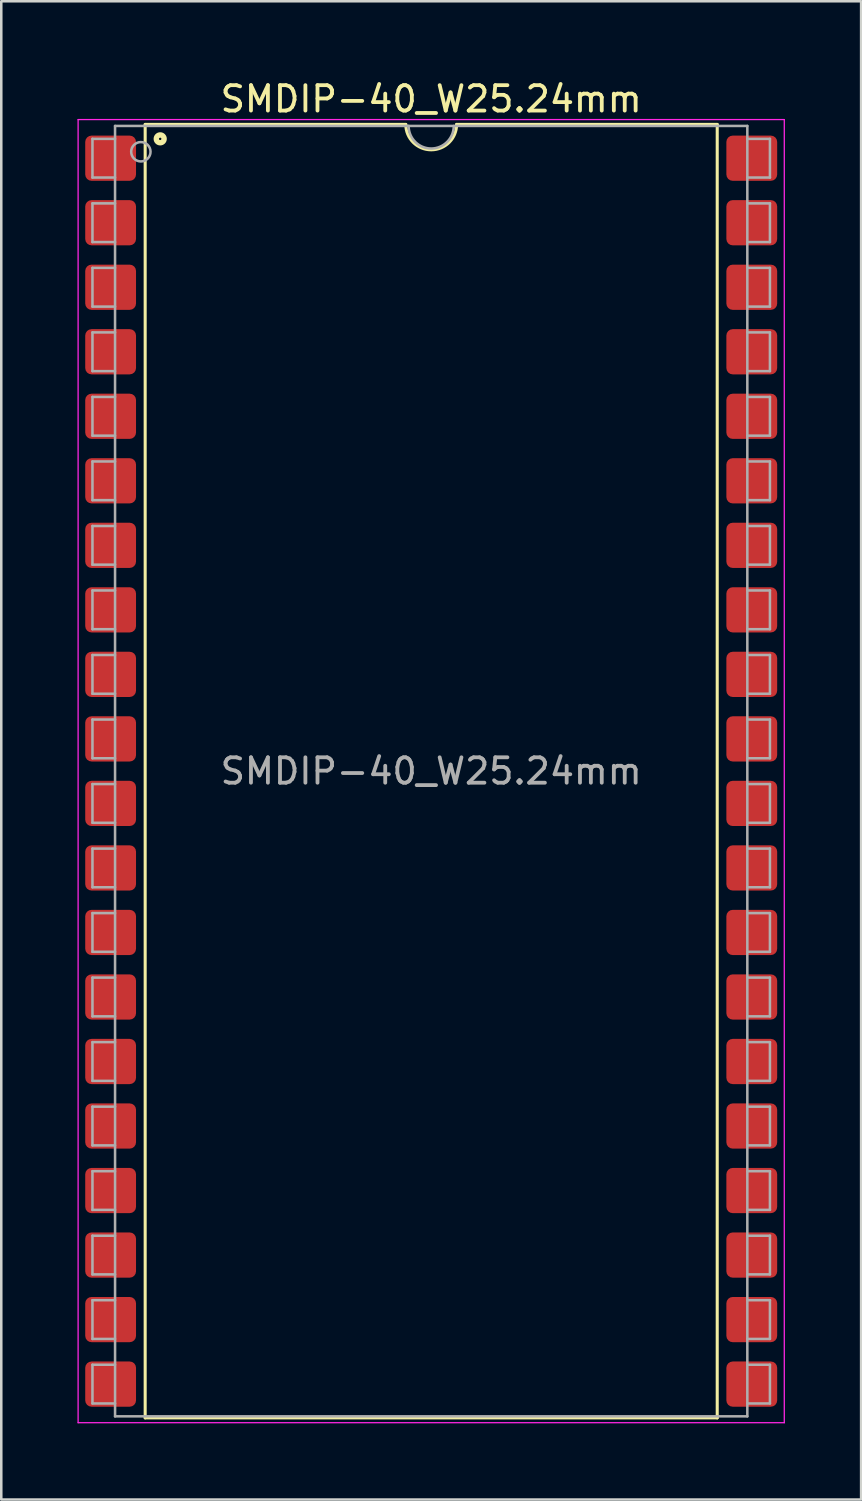
<source format=kicad_pcb>
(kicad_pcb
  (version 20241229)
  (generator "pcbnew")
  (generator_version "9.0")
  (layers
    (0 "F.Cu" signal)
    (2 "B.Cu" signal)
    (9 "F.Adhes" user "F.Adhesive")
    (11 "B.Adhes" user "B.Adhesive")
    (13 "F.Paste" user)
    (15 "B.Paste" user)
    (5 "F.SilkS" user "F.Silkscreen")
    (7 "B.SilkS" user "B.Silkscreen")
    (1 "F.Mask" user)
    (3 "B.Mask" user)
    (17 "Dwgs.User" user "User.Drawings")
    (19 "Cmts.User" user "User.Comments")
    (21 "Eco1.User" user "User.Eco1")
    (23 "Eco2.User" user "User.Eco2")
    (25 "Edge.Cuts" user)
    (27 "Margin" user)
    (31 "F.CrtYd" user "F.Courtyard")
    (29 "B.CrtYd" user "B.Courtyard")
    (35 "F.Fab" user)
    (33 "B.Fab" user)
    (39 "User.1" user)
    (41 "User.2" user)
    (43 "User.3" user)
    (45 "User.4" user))
  (footprint "SMDIP-40_W25.24mm"
    (layer "F.Cu")
    (at 13.925 27.308)
    (property "Reference" "SMDIP-40_W25.24mm" (at 0 -26.46 0) (layer "F.SilkS") (effects (font (size 1 1) (thickness 0.15))))
    (attr smd)
    (fp_line (start -11.26 -25.46) (end -11.26 25.46) (stroke (width 0.12) (type solid)) (layer "F.SilkS"))
    (fp_line (start -11.26 25.46) (end 11.26 25.46) (stroke (width 0.12) (type solid)) (layer "F.SilkS"))
    (fp_line (start -1 -25.46) (end -11.26 -25.46) (stroke (width 0.12) (type solid)) (layer "F.SilkS"))
    (fp_line (start 11.26 -25.46) (end 1 -25.46) (stroke (width 0.12) (type solid)) (layer "F.SilkS"))
    (fp_line (start 11.26 25.46) (end 11.26 -25.46) (stroke (width 0.12) (type solid)) (layer "F.SilkS"))
    (fp_arc (start 1 -25.46) (mid 0 -24.46) (end -1 -25.46) (stroke (width 0.12) (type solid)) (layer "F.SilkS"))
    (fp_circle (center -10.668 -24.892) (end -10.618 -24.892) (stroke (width 0.12) (type solid)) (fill no) (layer "F.SilkS"))
    (fp_circle (center -10.668 -24.892) (end -10.543 -24.892) (stroke (width 0.12) (type solid)) (fill no) (layer "F.SilkS"))
    (fp_circle (center -10.668 -24.892) (end -10.468 -24.892) (stroke (width 0.12) (type solid)) (fill no) (layer "F.SilkS"))
    (fp_line (start -13.9 -25.65) (end -13.9 25.65) (stroke (width 0.05) (type solid)) (layer "F.CrtYd"))
    (fp_line (start -13.9 25.65) (end 13.9 25.65) (stroke (width 0.05) (type solid)) (layer "F.CrtYd"))
    (fp_line (start 13.9 -25.65) (end -13.9 -25.65) (stroke (width 0.05) (type solid)) (layer "F.CrtYd"))
    (fp_line (start 13.9 25.65) (end 13.9 -25.65) (stroke (width 0.05) (type solid)) (layer "F.CrtYd"))
    (fp_line (start -13.335 -24.892) (end -13.335 -23.368) (stroke (width 0.1) (type solid)) (layer "F.Fab"))
    (fp_line (start -13.335 -24.892) (end -12.446 -24.892) (stroke (width 0.1) (type solid)) (layer "F.Fab"))
    (fp_line (start -13.335 -23.368) (end -12.446 -23.368) (stroke (width 0.1) (type solid)) (layer "F.Fab"))
    (fp_line (start -13.335 -22.352) (end -13.335 -20.828) (stroke (width 0.1) (type solid)) (layer "F.Fab"))
    (fp_line (start -13.335 -22.352) (end -12.446 -22.352) (stroke (width 0.1) (type solid)) (layer "F.Fab"))
    (fp_line (start -13.335 -20.828) (end -12.446 -20.828) (stroke (width 0.1) (type solid)) (layer "F.Fab"))
    (fp_line (start -13.335 -19.812) (end -13.335 -18.288) (stroke (width 0.1) (type solid)) (layer "F.Fab"))
    (fp_line (start -13.335 -19.812) (end -12.446 -19.812) (stroke (width 0.1) (type solid)) (layer "F.Fab"))
    (fp_line (start -13.335 -18.288) (end -12.446 -18.288) (stroke (width 0.1) (type solid)) (layer "F.Fab"))
    (fp_line (start -13.335 -17.272) (end -13.335 -15.748) (stroke (width 0.1) (type solid)) (layer "F.Fab"))
    (fp_line (start -13.335 -17.272) (end -12.446 -17.272) (stroke (width 0.1) (type solid)) (layer "F.Fab"))
    (fp_line (start -13.335 -15.748) (end -12.446 -15.748) (stroke (width 0.1) (type solid)) (layer "F.Fab"))
    (fp_line (start -13.335 -14.732) (end -13.335 -13.208) (stroke (width 0.1) (type solid)) (layer "F.Fab"))
    (fp_line (start -13.335 -14.732) (end -12.446 -14.732) (stroke (width 0.1) (type solid)) (layer "F.Fab"))
    (fp_line (start -13.335 -13.208) (end -12.446 -13.208) (stroke (width 0.1) (type solid)) (layer "F.Fab"))
    (fp_line (start -13.335 -12.192) (end -13.335 -10.668) (stroke (width 0.1) (type solid)) (layer "F.Fab"))
    (fp_line (start -13.335 -12.192) (end -12.446 -12.192) (stroke (width 0.1) (type solid)) (layer "F.Fab"))
    (fp_line (start -13.335 -10.668) (end -12.446 -10.668) (stroke (width 0.1) (type solid)) (layer "F.Fab"))
    (fp_line (start -13.335 -9.652) (end -13.335 -8.128) (stroke (width 0.1) (type solid)) (layer "F.Fab"))
    (fp_line (start -13.335 -9.652) (end -12.446 -9.652) (stroke (width 0.1) (type solid)) (layer "F.Fab"))
    (fp_line (start -13.335 -8.128) (end -12.446 -8.128) (stroke (width 0.1) (type solid)) (layer "F.Fab"))
    (fp_line (start -13.335 -7.112) (end -13.335 -5.588) (stroke (width 0.1) (type solid)) (layer "F.Fab"))
    (fp_line (start -13.335 -7.112) (end -12.446 -7.112) (stroke (width 0.1) (type solid)) (layer "F.Fab"))
    (fp_line (start -13.335 -5.588) (end -12.446 -5.588) (stroke (width 0.1) (type solid)) (layer "F.Fab"))
    (fp_line (start -13.335 -4.572) (end -13.335 -3.048) (stroke (width 0.1) (type solid)) (layer "F.Fab"))
    (fp_line (start -13.335 -4.572) (end -12.446 -4.572) (stroke (width 0.1) (type solid)) (layer "F.Fab"))
    (fp_line (start -13.335 -3.048) (end -12.446 -3.048) (stroke (width 0.1) (type solid)) (layer "F.Fab"))
    (fp_line (start -13.335 -2.032) (end -13.335 -0.508) (stroke (width 0.1) (type solid)) (layer "F.Fab"))
    (fp_line (start -13.335 -2.032) (end -12.446 -2.032) (stroke (width 0.1) (type solid)) (layer "F.Fab"))
    (fp_line (start -13.335 -0.508) (end -12.446 -0.508) (stroke (width 0.1) (type solid)) (layer "F.Fab"))
    (fp_line (start -13.335 0.508) (end -13.335 2.032) (stroke (width 0.1) (type solid)) (layer "F.Fab"))
    (fp_line (start -13.335 0.508) (end -12.446 0.508) (stroke (width 0.1) (type solid)) (layer "F.Fab"))
    (fp_line (start -13.335 2.032) (end -12.446 2.032) (stroke (width 0.1) (type solid)) (layer "F.Fab"))
    (fp_line (start -13.335 3.048) (end -13.335 4.572) (stroke (width 0.1) (type solid)) (layer "F.Fab"))
    (fp_line (start -13.335 3.048) (end -12.446 3.048) (stroke (width 0.1) (type solid)) (layer "F.Fab"))
    (fp_line (start -13.335 4.572) (end -12.446 4.572) (stroke (width 0.1) (type solid)) (layer "F.Fab"))
    (fp_line (start -13.335 5.588) (end -13.335 7.112) (stroke (width 0.1) (type solid)) (layer "F.Fab"))
    (fp_line (start -13.335 5.588) (end -12.446 5.588) (stroke (width 0.1) (type solid)) (layer "F.Fab"))
    (fp_line (start -13.335 7.112) (end -12.446 7.112) (stroke (width 0.1) (type solid)) (layer "F.Fab"))
    (fp_line (start -13.335 8.128) (end -13.335 9.652) (stroke (width 0.1) (type solid)) (layer "F.Fab"))
    (fp_line (start -13.335 8.128) (end -12.446 8.128) (stroke (width 0.1) (type solid)) (layer "F.Fab"))
    (fp_line (start -13.335 9.652) (end -12.446 9.652) (stroke (width 0.1) (type solid)) (layer "F.Fab"))
    (fp_line (start -13.335 10.668) (end -13.335 12.192) (stroke (width 0.1) (type solid)) (layer "F.Fab"))
    (fp_line (start -13.335 10.668) (end -12.446 10.668) (stroke (width 0.1) (type solid)) (layer "F.Fab"))
    (fp_line (start -13.335 12.192) (end -12.446 12.192) (stroke (width 0.1) (type solid)) (layer "F.Fab"))
    (fp_line (start -13.335 13.208) (end -13.335 14.732) (stroke (width 0.1) (type solid)) (layer "F.Fab"))
    (fp_line (start -13.335 13.208) (end -12.446 13.208) (stroke (width 0.1) (type solid)) (layer "F.Fab"))
    (fp_line (start -13.335 14.732) (end -12.446 14.732) (stroke (width 0.1) (type solid)) (layer "F.Fab"))
    (fp_line (start -13.335 15.748) (end -13.335 17.272) (stroke (width 0.1) (type solid)) (layer "F.Fab"))
    (fp_line (start -13.335 15.748) (end -12.446 15.748) (stroke (width 0.1) (type solid)) (layer "F.Fab"))
    (fp_line (start -13.335 17.272) (end -12.446 17.272) (stroke (width 0.1) (type solid)) (layer "F.Fab"))
    (fp_line (start -13.335 18.288) (end -13.335 19.812) (stroke (width 0.1) (type solid)) (layer "F.Fab"))
    (fp_line (start -13.335 18.288) (end -12.446 18.288) (stroke (width 0.1) (type solid)) (layer "F.Fab"))
    (fp_line (start -13.335 19.812) (end -12.446 19.812) (stroke (width 0.1) (type solid)) (layer "F.Fab"))
    (fp_line (start -13.335 20.828) (end -13.335 22.352) (stroke (width 0.1) (type solid)) (layer "F.Fab"))
    (fp_line (start -13.335 20.828) (end -12.446 20.828) (stroke (width 0.1) (type solid)) (layer "F.Fab"))
    (fp_line (start -13.335 22.352) (end -12.446 22.352) (stroke (width 0.1) (type solid)) (layer "F.Fab"))
    (fp_line (start -13.335 23.368) (end -13.335 24.892) (stroke (width 0.1) (type solid)) (layer "F.Fab"))
    (fp_line (start -13.335 23.368) (end -12.446 23.368) (stroke (width 0.1) (type solid)) (layer "F.Fab"))
    (fp_line (start -13.335 24.892) (end -12.446 24.892) (stroke (width 0.1) (type solid)) (layer "F.Fab"))
    (fp_line (start -12.446 -25.4) (end 12.445 -25.4) (stroke (width 0.1) (type solid)) (layer "F.Fab"))
    (fp_line (start -12.445 25.4) (end -12.446 -25.4) (stroke (width 0.1) (type solid)) (layer "F.Fab"))
    (fp_line (start 12.445 -25.4) (end 12.445 25.4) (stroke (width 0.1) (type solid)) (layer "F.Fab"))
    (fp_line (start 12.445 25.4) (end -12.445 25.4) (stroke (width 0.1) (type solid)) (layer "F.Fab"))
    (fp_line (start 13.335 -24.892) (end 12.446 -24.892) (stroke (width 0.1) (type solid)) (layer "F.Fab"))
    (fp_line (start 13.335 -23.368) (end 12.446 -23.368) (stroke (width 0.1) (type solid)) (layer "F.Fab"))
    (fp_line (start 13.335 -23.368) (end 13.335 -24.892) (stroke (width 0.1) (type solid)) (layer "F.Fab"))
    (fp_line (start 13.335 -22.352) (end 12.446 -22.352) (stroke (width 0.1) (type solid)) (layer "F.Fab"))
    (fp_line (start 13.335 -20.828) (end 12.446 -20.828) (stroke (width 0.1) (type solid)) (layer "F.Fab"))
    (fp_line (start 13.335 -20.828) (end 13.335 -22.352) (stroke (width 0.1) (type solid)) (layer "F.Fab"))
    (fp_line (start 13.335 -19.812) (end 12.446 -19.812) (stroke (width 0.1) (type solid)) (layer "F.Fab"))
    (fp_line (start 13.335 -18.288) (end 12.446 -18.288) (stroke (width 0.1) (type solid)) (layer "F.Fab"))
    (fp_line (start 13.335 -18.288) (end 13.335 -19.812) (stroke (width 0.1) (type solid)) (layer "F.Fab"))
    (fp_line (start 13.335 -17.272) (end 12.446 -17.272) (stroke (width 0.1) (type solid)) (layer "F.Fab"))
    (fp_line (start 13.335 -15.748) (end 12.446 -15.748) (stroke (width 0.1) (type solid)) (layer "F.Fab"))
    (fp_line (start 13.335 -15.748) (end 13.335 -17.272) (stroke (width 0.1) (type solid)) (layer "F.Fab"))
    (fp_line (start 13.335 -14.732) (end 12.446 -14.732) (stroke (width 0.1) (type solid)) (layer "F.Fab"))
    (fp_line (start 13.335 -13.208) (end 12.446 -13.208) (stroke (width 0.1) (type solid)) (layer "F.Fab"))
    (fp_line (start 13.335 -13.208) (end 13.335 -14.732) (stroke (width 0.1) (type solid)) (layer "F.Fab"))
    (fp_line (start 13.335 -12.192) (end 12.446 -12.192) (stroke (width 0.1) (type solid)) (layer "F.Fab"))
    (fp_line (start 13.335 -10.668) (end 12.446 -10.668) (stroke (width 0.1) (type solid)) (layer "F.Fab"))
    (fp_line (start 13.335 -10.668) (end 13.335 -12.192) (stroke (width 0.1) (type solid)) (layer "F.Fab"))
    (fp_line (start 13.335 -9.652) (end 12.446 -9.652) (stroke (width 0.1) (type solid)) (layer "F.Fab"))
    (fp_line (start 13.335 -8.128) (end 12.446 -8.128) (stroke (width 0.1) (type solid)) (layer "F.Fab"))
    (fp_line (start 13.335 -8.128) (end 13.335 -9.652) (stroke (width 0.1) (type solid)) (layer "F.Fab"))
    (fp_line (start 13.335 -7.112) (end 12.446 -7.112) (stroke (width 0.1) (type solid)) (layer "F.Fab"))
    (fp_line (start 13.335 -5.588) (end 12.446 -5.588) (stroke (width 0.1) (type solid)) (layer "F.Fab"))
    (fp_line (start 13.335 -5.588) (end 13.335 -7.112) (stroke (width 0.1) (type solid)) (layer "F.Fab"))
    (fp_line (start 13.335 -4.572) (end 12.446 -4.572) (stroke (width 0.1) (type solid)) (layer "F.Fab"))
    (fp_line (start 13.335 -3.048) (end 12.446 -3.048) (stroke (width 0.1) (type solid)) (layer "F.Fab"))
    (fp_line (start 13.335 -3.048) (end 13.335 -4.572) (stroke (width 0.1) (type solid)) (layer "F.Fab"))
    (fp_line (start 13.335 -2.032) (end 12.446 -2.032) (stroke (width 0.1) (type solid)) (layer "F.Fab"))
    (fp_line (start 13.335 -0.508) (end 12.446 -0.508) (stroke (width 0.1) (type solid)) (layer "F.Fab"))
    (fp_line (start 13.335 -0.508) (end 13.335 -2.032) (stroke (width 0.1) (type solid)) (layer "F.Fab"))
    (fp_line (start 13.335 0.508) (end 12.446 0.508) (stroke (width 0.1) (type solid)) (layer "F.Fab"))
    (fp_line (start 13.335 2.032) (end 12.446 2.032) (stroke (width 0.1) (type solid)) (layer "F.Fab"))
    (fp_line (start 13.335 2.032) (end 13.335 0.508) (stroke (width 0.1) (type solid)) (layer "F.Fab"))
    (fp_line (start 13.335 3.048) (end 12.446 3.048) (stroke (width 0.1) (type solid)) (layer "F.Fab"))
    (fp_line (start 13.335 4.572) (end 12.446 4.572) (stroke (width 0.1) (type solid)) (layer "F.Fab"))
    (fp_line (start 13.335 4.572) (end 13.335 3.048) (stroke (width 0.1) (type solid)) (layer "F.Fab"))
    (fp_line (start 13.335 5.588) (end 12.446 5.588) (stroke (width 0.1) (type solid)) (layer "F.Fab"))
    (fp_line (start 13.335 7.112) (end 12.446 7.112) (stroke (width 0.1) (type solid)) (layer "F.Fab"))
    (fp_line (start 13.335 7.112) (end 13.335 5.588) (stroke (width 0.1) (type solid)) (layer "F.Fab"))
    (fp_line (start 13.335 8.128) (end 12.446 8.128) (stroke (width 0.1) (type solid)) (layer "F.Fab"))
    (fp_line (start 13.335 9.652) (end 12.446 9.652) (stroke (width 0.1) (type solid)) (layer "F.Fab"))
    (fp_line (start 13.335 9.652) (end 13.335 8.128) (stroke (width 0.1) (type solid)) (layer "F.Fab"))
    (fp_line (start 13.335 10.668) (end 12.446 10.668) (stroke (width 0.1) (type solid)) (layer "F.Fab"))
    (fp_line (start 13.335 12.192) (end 12.446 12.192) (stroke (width 0.1) (type solid)) (layer "F.Fab"))
    (fp_line (start 13.335 12.192) (end 13.335 10.668) (stroke (width 0.1) (type solid)) (layer "F.Fab"))
    (fp_line (start 13.335 13.208) (end 12.446 13.208) (stroke (width 0.1) (type solid)) (layer "F.Fab"))
    (fp_line (start 13.335 14.732) (end 12.446 14.732) (stroke (width 0.1) (type solid)) (layer "F.Fab"))
    (fp_line (start 13.335 14.732) (end 13.335 13.208) (stroke (width 0.1) (type solid)) (layer "F.Fab"))
    (fp_line (start 13.335 15.748) (end 12.446 15.748) (stroke (width 0.1) (type solid)) (layer "F.Fab"))
    (fp_line (start 13.335 17.272) (end 12.446 17.272) (stroke (width 0.1) (type solid)) (layer "F.Fab"))
    (fp_line (start 13.335 17.272) (end 13.335 15.748) (stroke (width 0.1) (type solid)) (layer "F.Fab"))
    (fp_line (start 13.335 18.288) (end 12.446 18.288) (stroke (width 0.1) (type solid)) (layer "F.Fab"))
    (fp_line (start 13.335 19.812) (end 12.446 19.812) (stroke (width 0.1) (type solid)) (layer "F.Fab"))
    (fp_line (start 13.335 19.812) (end 13.335 18.288) (stroke (width 0.1) (type solid)) (layer "F.Fab"))
    (fp_line (start 13.335 20.828) (end 12.446 20.828) (stroke (width 0.1) (type solid)) (layer "F.Fab"))
    (fp_line (start 13.335 22.352) (end 12.446 22.352) (stroke (width 0.1) (type solid)) (layer "F.Fab"))
    (fp_line (start 13.335 22.352) (end 13.335 20.828) (stroke (width 0.1) (type solid)) (layer "F.Fab"))
    (fp_line (start 13.335 23.368) (end 12.446 23.368) (stroke (width 0.1) (type solid)) (layer "F.Fab"))
    (fp_line (start 13.335 24.892) (end 12.446 24.892) (stroke (width 0.1) (type solid)) (layer "F.Fab"))
    (fp_line (start 13.335 24.892) (end 13.335 23.368) (stroke (width 0.1) (type solid)) (layer "F.Fab"))
    (fp_arc (start 0.889 -25.4) (mid 0 -24.511) (end -0.889 -25.4) (stroke (width 0.1) (type solid)) (layer "F.Fab"))
    (fp_circle (center -11.43 -24.384) (end -11.049 -24.384) (stroke (width 0.1) (type solid)) (fill no) (layer "F.Fab"))
    (fp_text user "${REFERENCE}" (at 0 0 0) (layer "F.Fab") (effects (font (size 1 1) (thickness 0.15))))
    (pad "1" smd roundrect (at -12.62 -24.13) (size 2 1.78) (layers "F.Cu" "F.Mask" "F.Paste") (roundrect_rratio 0.14))
    (pad "2" smd roundrect (at -12.62 -21.59) (size 2 1.78) (layers "F.Cu" "F.Mask" "F.Paste") (roundrect_rratio 0.14))
    (pad "3" smd roundrect (at -12.62 -19.05) (size 2 1.78) (layers "F.Cu" "F.Mask" "F.Paste") (roundrect_rratio 0.14))
    (pad "4" smd roundrect (at -12.62 -16.51) (size 2 1.78) (layers "F.Cu" "F.Mask" "F.Paste") (roundrect_rratio 0.14))
    (pad "5" smd roundrect (at -12.62 -13.97) (size 2 1.78) (layers "F.Cu" "F.Mask" "F.Paste") (roundrect_rratio 0.14))
    (pad "6" smd roundrect (at -12.62 -11.43) (size 2 1.78) (layers "F.Cu" "F.Mask" "F.Paste") (roundrect_rratio 0.14))
    (pad "7" smd roundrect (at -12.62 -8.89) (size 2 1.78) (layers "F.Cu" "F.Mask" "F.Paste") (roundrect_rratio 0.14))
    (pad "8" smd roundrect (at -12.62 -6.35) (size 2 1.78) (layers "F.Cu" "F.Mask" "F.Paste") (roundrect_rratio 0.14))
    (pad "9" smd roundrect (at -12.62 -3.81) (size 2 1.78) (layers "F.Cu" "F.Mask" "F.Paste") (roundrect_rratio 0.14))
    (pad "10" smd roundrect (at -12.62 -1.27) (size 2 1.78) (layers "F.Cu" "F.Mask" "F.Paste") (roundrect_rratio 0.14))
    (pad "11" smd roundrect (at -12.62 1.27) (size 2 1.78) (layers "F.Cu" "F.Mask" "F.Paste") (roundrect_rratio 0.14))
    (pad "12" smd roundrect (at -12.62 3.81) (size 2 1.78) (layers "F.Cu" "F.Mask" "F.Paste") (roundrect_rratio 0.14))
    (pad "13" smd roundrect (at -12.62 6.35) (size 2 1.78) (layers "F.Cu" "F.Mask" "F.Paste") (roundrect_rratio 0.14))
    (pad "14" smd roundrect (at -12.62 8.89) (size 2 1.78) (layers "F.Cu" "F.Mask" "F.Paste") (roundrect_rratio 0.14))
    (pad "15" smd roundrect (at -12.62 11.43) (size 2 1.78) (layers "F.Cu" "F.Mask" "F.Paste") (roundrect_rratio 0.14))
    (pad "16" smd roundrect (at -12.62 13.97) (size 2 1.78) (layers "F.Cu" "F.Mask" "F.Paste") (roundrect_rratio 0.14))
    (pad "17" smd roundrect (at -12.62 16.51) (size 2 1.78) (layers "F.Cu" "F.Mask" "F.Paste") (roundrect_rratio 0.14))
    (pad "18" smd roundrect (at -12.62 19.05) (size 2 1.78) (layers "F.Cu" "F.Mask" "F.Paste") (roundrect_rratio 0.14))
    (pad "19" smd roundrect (at -12.62 21.59) (size 2 1.78) (layers "F.Cu" "F.Mask" "F.Paste") (roundrect_rratio 0.14))
    (pad "20" smd roundrect (at -12.62 24.13) (size 2 1.78) (layers "F.Cu" "F.Mask" "F.Paste") (roundrect_rratio 0.14))
    (pad "21" smd roundrect (at 12.62 24.13) (size 2 1.78) (layers "F.Cu" "F.Mask" "F.Paste") (roundrect_rratio 0.14))
    (pad "22" smd roundrect (at 12.62 21.59) (size 2 1.78) (layers "F.Cu" "F.Mask" "F.Paste") (roundrect_rratio 0.14))
    (pad "23" smd roundrect (at 12.62 19.05) (size 2 1.78) (layers "F.Cu" "F.Mask" "F.Paste") (roundrect_rratio 0.14))
    (pad "24" smd roundrect (at 12.62 16.51) (size 2 1.78) (layers "F.Cu" "F.Mask" "F.Paste") (roundrect_rratio 0.14))
    (pad "25" smd roundrect (at 12.62 13.97) (size 2 1.78) (layers "F.Cu" "F.Mask" "F.Paste") (roundrect_rratio 0.14))
    (pad "26" smd roundrect (at 12.62 11.43) (size 2 1.78) (layers "F.Cu" "F.Mask" "F.Paste") (roundrect_rratio 0.14))
    (pad "27" smd roundrect (at 12.62 8.89) (size 2 1.78) (layers "F.Cu" "F.Mask" "F.Paste") (roundrect_rratio 0.14))
    (pad "28" smd roundrect (at 12.62 6.35) (size 2 1.78) (layers "F.Cu" "F.Mask" "F.Paste") (roundrect_rratio 0.14))
    (pad "29" smd roundrect (at 12.62 3.81) (size 2 1.78) (layers "F.Cu" "F.Mask" "F.Paste") (roundrect_rratio 0.14))
    (pad "30" smd roundrect (at 12.62 1.27) (size 2 1.78) (layers "F.Cu" "F.Mask" "F.Paste") (roundrect_rratio 0.14))
    (pad "31" smd roundrect (at 12.62 -1.27) (size 2 1.78) (layers "F.Cu" "F.Mask" "F.Paste") (roundrect_rratio 0.14))
    (pad "32" smd roundrect (at 12.62 -3.81) (size 2 1.78) (layers "F.Cu" "F.Mask" "F.Paste") (roundrect_rratio 0.14))
    (pad "33" smd roundrect (at 12.62 -6.35) (size 2 1.78) (layers "F.Cu" "F.Mask" "F.Paste") (roundrect_rratio 0.14))
    (pad "34" smd roundrect (at 12.62 -8.89) (size 2 1.78) (layers "F.Cu" "F.Mask" "F.Paste") (roundrect_rratio 0.14))
    (pad "35" smd roundrect (at 12.62 -11.43) (size 2 1.78) (layers "F.Cu" "F.Mask" "F.Paste") (roundrect_rratio 0.14))
    (pad "36" smd roundrect (at 12.62 -13.97) (size 2 1.78) (layers "F.Cu" "F.Mask" "F.Paste") (roundrect_rratio 0.14))
    (pad "37" smd roundrect (at 12.62 -16.51) (size 2 1.78) (layers "F.Cu" "F.Mask" "F.Paste") (roundrect_rratio 0.14))
    (pad "38" smd roundrect (at 12.62 -19.05) (size 2 1.78) (layers "F.Cu" "F.Mask" "F.Paste") (roundrect_rratio 0.14))
    (pad "39" smd roundrect (at 12.62 -21.59) (size 2 1.78) (layers "F.Cu" "F.Mask" "F.Paste") (roundrect_rratio 0.14))
    (pad "40" smd roundrect (at 12.62 -24.13) (size 2 1.78) (layers "F.Cu" "F.Mask" "F.Paste") (roundrect_rratio 0.14)))
  (gr_rect
    (start -3 -3)
    (end 30.85 55.983)
    (stroke (width 0.1) (type default))
    (fill no)
    (layer "Edge.Cuts")))
</source>
